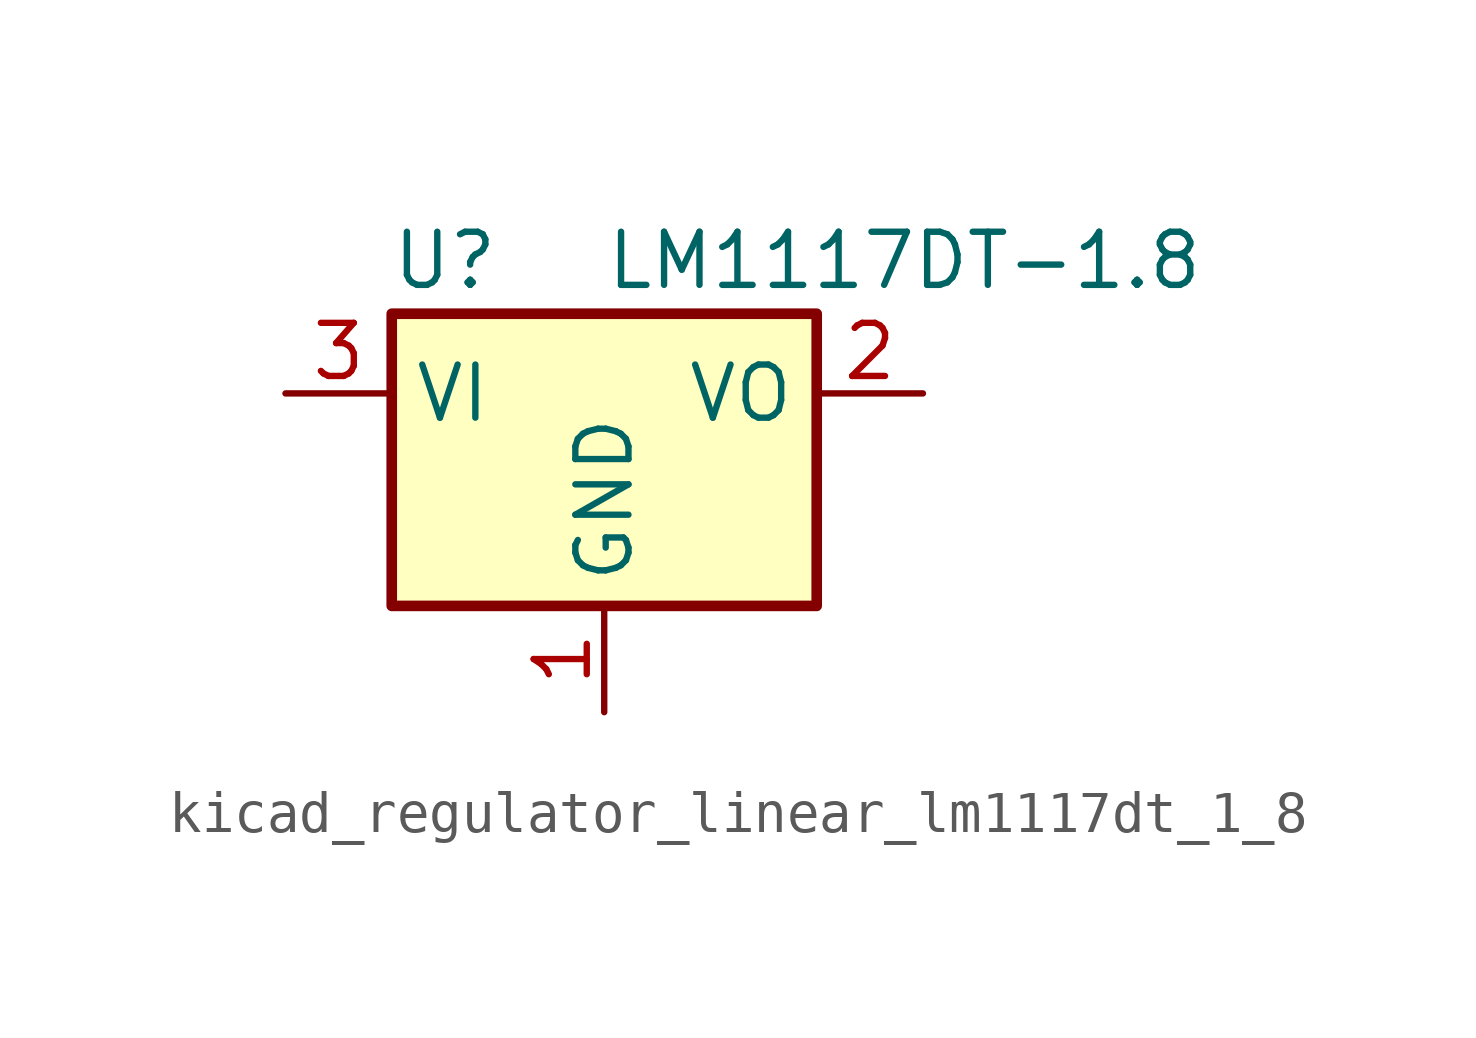
<source format=kicad_sym>
(kicad_symbol_lib
  (version 20220914)
  (generator kicad_symbol_editor)
  (symbol "kicad_regulator_linear_lm1117dt_1_8"
    (property "Reference" "U"
      (at -3.81 3.175 0)
      (effects (font (size 1.27 1.27))))
    (property "Value" "LM1117DT-1.8"
      (at 0 3.175 0)
      (effects (font (size 1.27 1.27)) (justify left)))
    (symbol "kicad_regulator_linear_lm1117dt_1_8_0_1"
      (rectangle (start -5.08 -5.08) (end 5.08 1.905) (stroke (width 0.254) (type default)) (fill (type background))))
    (symbol "kicad_regulator_linear_lm1117dt_1_8_1_1"
      (pin power_in line (at 0 -7.62 90) (length 2.54) (name "GND" (effects (font (size 1.27 1.27)))) (number "1" (effects (font (size 1.27 1.27)))))
      (pin power_out line (at 7.62 0 180) (length 2.54) (name "VO" (effects (font (size 1.27 1.27)))) (number "2" (effects (font (size 1.27 1.27)))))
      (pin power_in line (at -7.62 0 0) (length 2.54) (name "VI" (effects (font (size 1.27 1.27)))) (number "3" (effects (font (size 1.27 1.27))))))))
</source>
